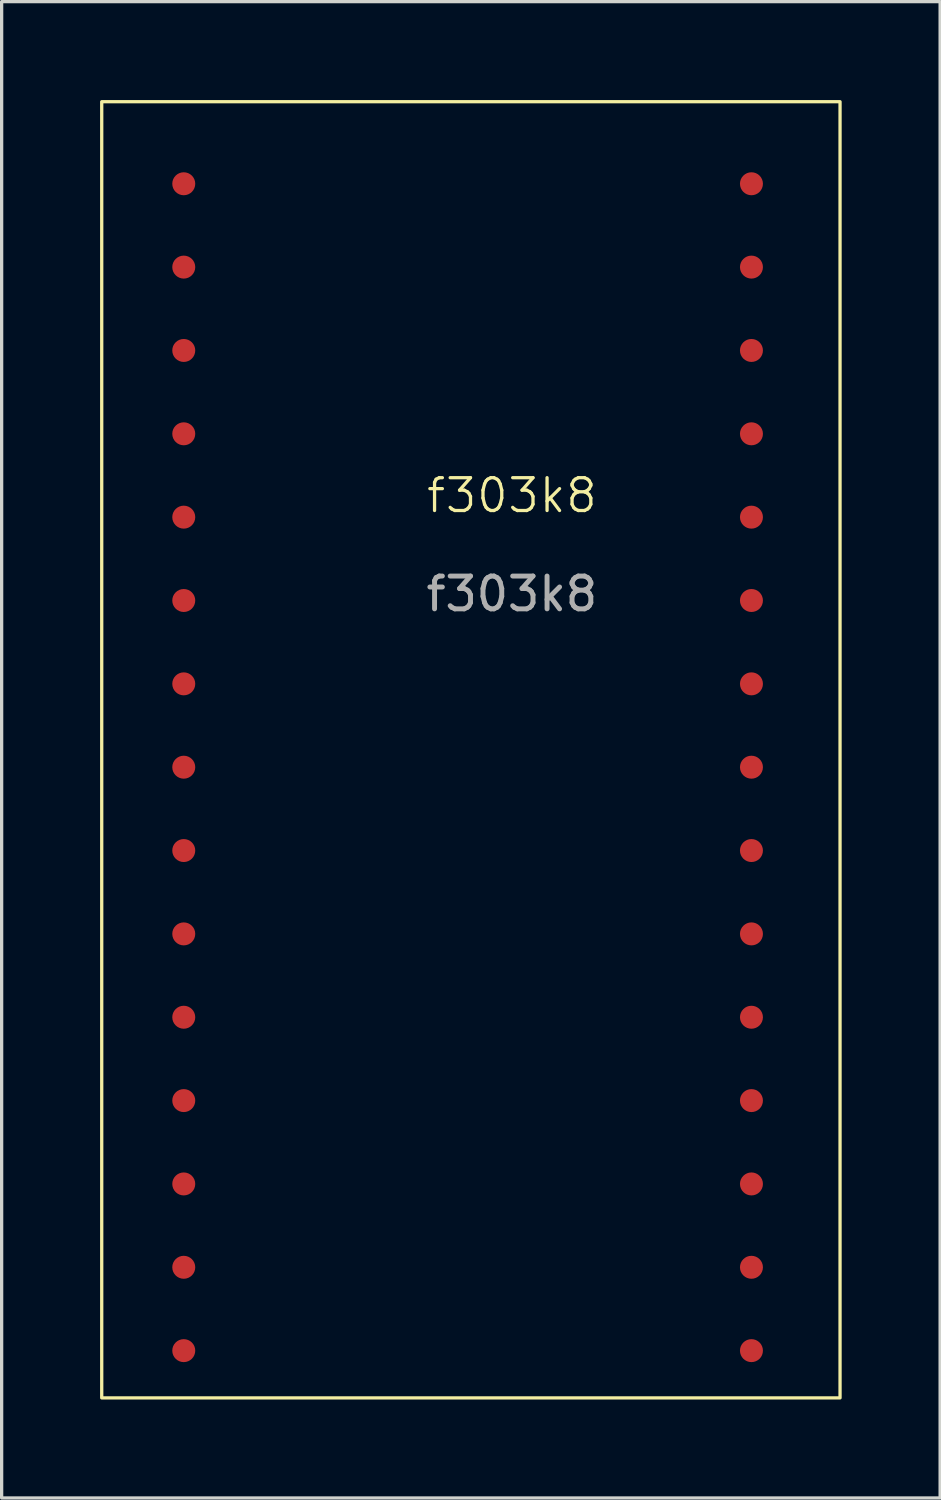
<source format=kicad_pcb>
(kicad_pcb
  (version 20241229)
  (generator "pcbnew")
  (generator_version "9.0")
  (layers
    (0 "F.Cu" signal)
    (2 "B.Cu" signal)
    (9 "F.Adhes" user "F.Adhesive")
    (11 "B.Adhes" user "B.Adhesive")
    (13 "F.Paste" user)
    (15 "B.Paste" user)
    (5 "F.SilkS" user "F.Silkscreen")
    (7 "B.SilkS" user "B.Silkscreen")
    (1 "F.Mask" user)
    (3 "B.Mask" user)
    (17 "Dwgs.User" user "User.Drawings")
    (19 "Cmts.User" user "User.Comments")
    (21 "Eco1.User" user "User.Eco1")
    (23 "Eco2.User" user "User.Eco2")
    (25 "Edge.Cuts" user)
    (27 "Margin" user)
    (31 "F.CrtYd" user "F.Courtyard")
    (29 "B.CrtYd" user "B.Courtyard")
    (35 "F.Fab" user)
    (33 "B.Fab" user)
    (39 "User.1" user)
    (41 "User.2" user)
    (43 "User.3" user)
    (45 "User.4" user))
  (footprint "f303k8"
    (layer "F.Cu")
    (at 12.55 12.55)
    (property "Reference" "f303k8" (at 0 -0.5 0) (unlocked yes) (layer "F.SilkS") (effects (font (size 1 1) (thickness 0.1))))
    (attr smd)
    (fp_rect (start -12.5 -12.5) (end 10 27) (stroke (width 0.1) (type default)) (fill no) (layer "F.SilkS"))
    (fp_text user "${REFERENCE}" (at 0 2.5 0) (unlocked yes) (layer "F.Fab") (effects (font (size 1 1) (thickness 0.15))))
    (pad "1" smd circle (at -10 -10) (size 0.7 0.7) (layers "F.Cu" "F.Mask" "F.Paste"))
    (pad "2" smd circle (at 7.3 -10) (size 0.7 0.7) (layers "F.Cu" "F.Mask" "F.Paste"))
    (pad "3" smd circle (at -10 -7.46) (size 0.7 0.7) (layers "F.Cu" "F.Mask" "F.Paste"))
    (pad "4" smd circle (at 7.3 -7.46) (size 0.7 0.7) (layers "F.Cu" "F.Mask" "F.Paste"))
    (pad "5" smd circle (at -10 -4.92) (size 0.7 0.7) (layers "F.Cu" "F.Mask" "F.Paste"))
    (pad "6" smd circle (at 7.3 -4.92) (size 0.7 0.7) (layers "F.Cu" "F.Mask" "F.Paste"))
    (pad "7" smd circle (at -10 -2.38) (size 0.7 0.7) (layers "F.Cu" "F.Mask" "F.Paste"))
    (pad "8" smd circle (at 7.3 -2.38) (size 0.7 0.7) (layers "F.Cu" "F.Mask" "F.Paste"))
    (pad "9" smd circle (at -10 0.16) (size 0.7 0.7) (layers "F.Cu" "F.Mask" "F.Paste"))
    (pad "10" smd circle (at 7.3 0.16) (size 0.7 0.7) (layers "F.Cu" "F.Mask" "F.Paste"))
    (pad "11" smd circle (at -10 2.7) (size 0.7 0.7) (layers "F.Cu" "F.Mask" "F.Paste"))
    (pad "12" smd circle (at 7.3 2.7) (size 0.7 0.7) (layers "F.Cu" "F.Mask" "F.Paste"))
    (pad "13" smd circle (at -10 5.24) (size 0.7 0.7) (layers "F.Cu" "F.Mask" "F.Paste"))
    (pad "14" smd circle (at 7.3 5.24) (size 0.7 0.7) (layers "F.Cu" "F.Mask" "F.Paste"))
    (pad "15" smd circle (at -10 7.78) (size 0.7 0.7) (layers "F.Cu" "F.Mask" "F.Paste"))
    (pad "16" smd circle (at 7.3 7.78) (size 0.7 0.7) (layers "F.Cu" "F.Mask" "F.Paste"))
    (pad "17" smd circle (at -10 10.32) (size 0.7 0.7) (layers "F.Cu" "F.Mask" "F.Paste"))
    (pad "18" smd circle (at 7.3 10.32) (size 0.7 0.7) (layers "F.Cu" "F.Mask" "F.Paste"))
    (pad "19" smd circle (at -10 12.86) (size 0.7 0.7) (layers "F.Cu" "F.Mask" "F.Paste"))
    (pad "20" smd circle (at 7.3 12.86) (size 0.7 0.7) (layers "F.Cu" "F.Mask" "F.Paste"))
    (pad "21" smd circle (at -10 15.4) (size 0.7 0.7) (layers "F.Cu" "F.Mask" "F.Paste"))
    (pad "22" smd circle (at 7.3 15.4) (size 0.7 0.7) (layers "F.Cu" "F.Mask" "F.Paste"))
    (pad "23" smd circle (at -10 17.94) (size 0.7 0.7) (layers "F.Cu" "F.Mask" "F.Paste"))
    (pad "24" smd circle (at 7.3 17.94) (size 0.7 0.7) (layers "F.Cu" "F.Mask" "F.Paste"))
    (pad "25" smd circle (at -10 20.48) (size 0.7 0.7) (layers "F.Cu" "F.Mask" "F.Paste"))
    (pad "26" smd circle (at 7.3 20.48) (size 0.7 0.7) (layers "F.Cu" "F.Mask" "F.Paste"))
    (pad "27" smd circle (at -10 23.02) (size 0.7 0.7) (layers "F.Cu" "F.Mask" "F.Paste"))
    (pad "28" smd circle (at 7.3 23.02) (size 0.7 0.7) (layers "F.Cu" "F.Mask" "F.Paste"))
    (pad "29" smd circle (at -10 25.56) (size 0.7 0.7) (layers "F.Cu" "F.Mask" "F.Paste"))
    (pad "30" smd circle (at 7.3 25.56) (size 0.7 0.7) (layers "F.Cu" "F.Mask" "F.Paste")))
  (gr_rect
    (start -3 -3)
    (end 25.6 42.6)
    (stroke (width 0.1) (type default))
    (fill no)
    (layer "Edge.Cuts")))
</source>
